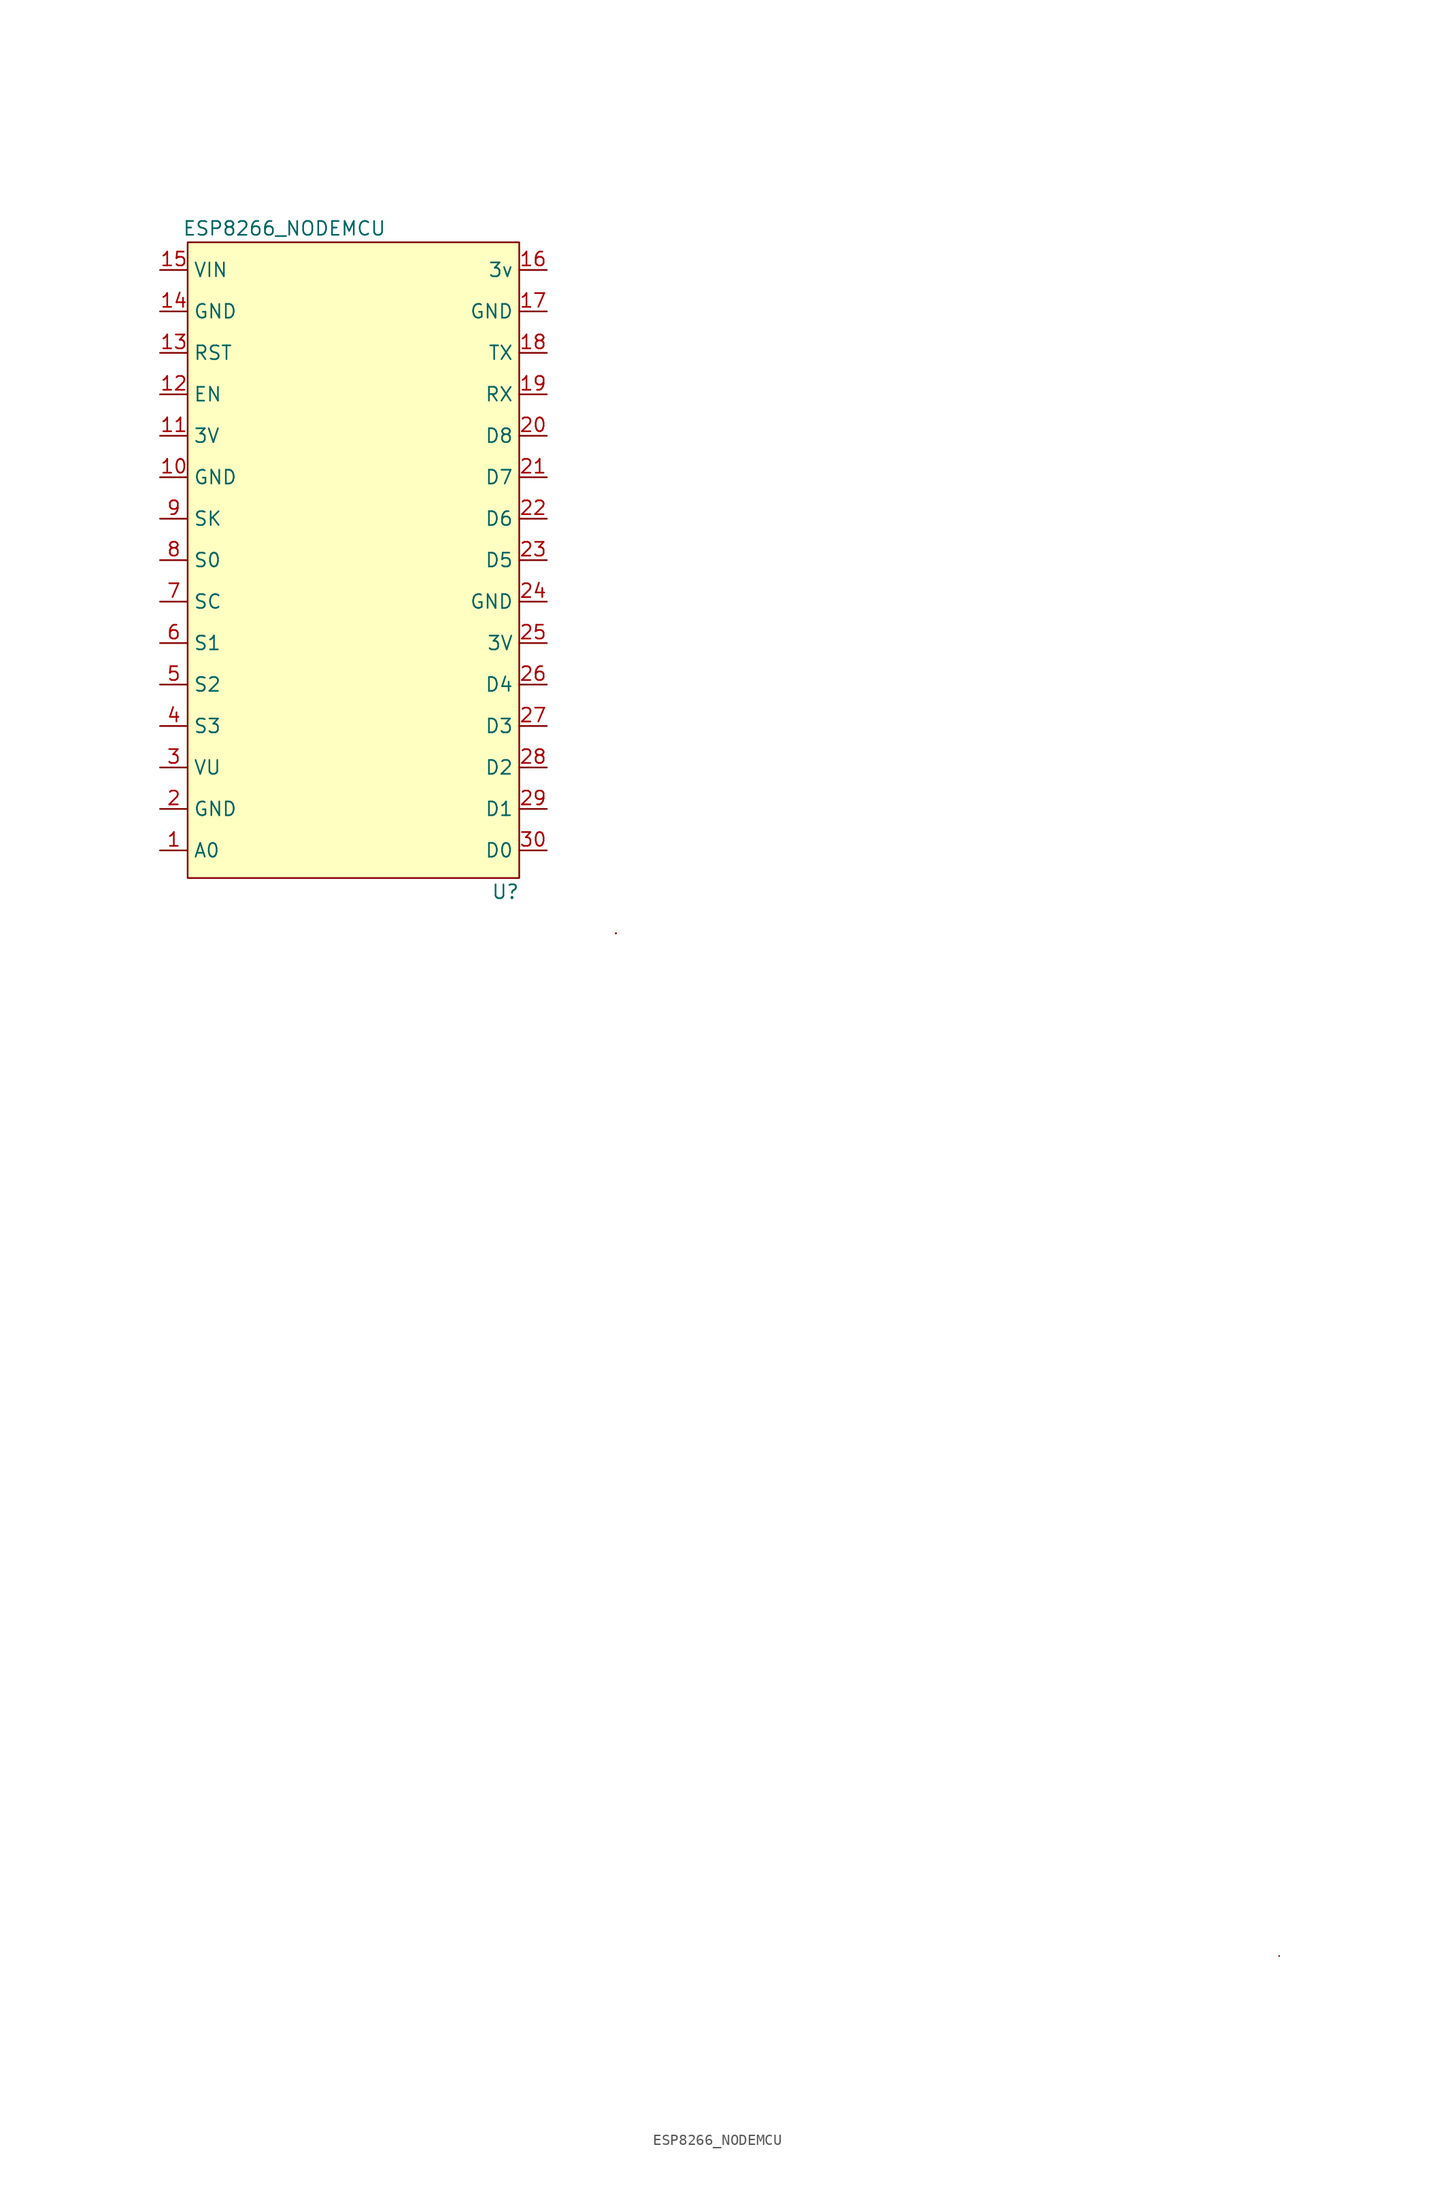
<source format=kicad_sym>
(kicad_symbol_lib
  (version 20211014)
  (generator kicad_symbol_editor)
  (symbol "ESP8266_NODEMCU"
    (property "Reference" "U"
      (at 15.24 -31.75 0)
      (effects (font (size 1.27 1.27))))
    (property "Value" "ESP8266_NODEMCU"
      (at -5.08 29.21 0)
      (effects (font (size 1.27 1.27))))
    (symbol "ESP8266_NODEMCU_0_1"
      (rectangle (start -13.97 27.94) (end 16.51 -30.48) (stroke (width 0) (type default) (color 0 0 0 0)) (fill (type background)))
      (rectangle (start 25.4 -35.56) (end 25.4 -35.56) (stroke (width 0) (type default) (color 0 0 0 0)) (fill (type none)))
      (rectangle (start 25.4 -35.56) (end 25.4 -35.56) (stroke (width 0) (type default) (color 0 0 0 0)) (fill (type none)))
      (rectangle (start 25.4 -35.56) (end 25.4 -35.56) (stroke (width 0) (type default) (color 0 0 0 0)) (fill (type none)))
      (rectangle (start 86.36 -129.54) (end 86.36 -129.54) (stroke (width 0) (type default) (color 0 0 0 0)) (fill (type none))))
    (symbol "ESP8266_NODEMCU_1_1"
      (pin input line (at -16.51 -27.94 0) (length 2.54) (name "A0" (effects (font (size 1.27 1.27)))) (number "1" (effects (font (size 1.27 1.27)))))
      (pin input line (at -16.51 6.35 0) (length 2.54) (name "GND" (effects (font (size 1.27 1.27)))) (number "10" (effects (font (size 1.27 1.27)))))
      (pin input line (at -16.51 10.16 0) (length 2.54) (name "3V" (effects (font (size 1.27 1.27)))) (number "11" (effects (font (size 1.27 1.27)))))
      (pin input line (at -16.51 13.97 0) (length 2.54) (name "EN" (effects (font (size 1.27 1.27)))) (number "12" (effects (font (size 1.27 1.27)))))
      (pin input line (at -16.51 17.78 0) (length 2.54) (name "RST" (effects (font (size 1.27 1.27)))) (number "13" (effects (font (size 1.27 1.27)))))
      (pin input line (at -16.51 21.59 0) (length 2.54) (name "GND" (effects (font (size 1.27 1.27)))) (number "14" (effects (font (size 1.27 1.27)))))
      (pin input line (at -16.51 25.4 0) (length 2.54) (name "VIN" (effects (font (size 1.27 1.27)))) (number "15" (effects (font (size 1.27 1.27)))))
      (pin input line (at 19.05 25.4 180) (length 2.54) (name "3v" (effects (font (size 1.27 1.27)))) (number "16" (effects (font (size 1.27 1.27)))))
      (pin input line (at 19.05 21.59 180) (length 2.54) (name "GND" (effects (font (size 1.27 1.27)))) (number "17" (effects (font (size 1.27 1.27)))))
      (pin input line (at 19.05 17.78 180) (length 2.54) (name "TX" (effects (font (size 1.27 1.27)))) (number "18" (effects (font (size 1.27 1.27)))))
      (pin input line (at 19.05 13.97 180) (length 2.54) (name "RX" (effects (font (size 1.27 1.27)))) (number "19" (effects (font (size 1.27 1.27)))))
      (pin input line (at -16.51 -24.13 0) (length 2.54) (name "GND" (effects (font (size 1.27 1.27)))) (number "2" (effects (font (size 1.27 1.27)))))
      (pin input line (at 19.05 10.16 180) (length 2.54) (name "D8" (effects (font (size 1.27 1.27)))) (number "20" (effects (font (size 1.27 1.27)))))
      (pin input line (at 19.05 6.35 180) (length 2.54) (name "D7" (effects (font (size 1.27 1.27)))) (number "21" (effects (font (size 1.27 1.27)))))
      (pin input line (at 19.05 2.54 180) (length 2.54) (name "D6" (effects (font (size 1.27 1.27)))) (number "22" (effects (font (size 1.27 1.27)))))
      (pin input line (at 19.05 -1.27 180) (length 2.54) (name "D5" (effects (font (size 1.27 1.27)))) (number "23" (effects (font (size 1.27 1.27)))))
      (pin input line (at 19.05 -5.08 180) (length 2.54) (name "GND" (effects (font (size 1.27 1.27)))) (number "24" (effects (font (size 1.27 1.27)))))
      (pin input line (at 19.05 -8.89 180) (length 2.54) (name "3V" (effects (font (size 1.27 1.27)))) (number "25" (effects (font (size 1.27 1.27)))))
      (pin input line (at 19.05 -12.7 180) (length 2.54) (name "D4" (effects (font (size 1.27 1.27)))) (number "26" (effects (font (size 1.27 1.27)))))
      (pin input line (at 19.05 -16.51 180) (length 2.54) (name "D3" (effects (font (size 1.27 1.27)))) (number "27" (effects (font (size 1.27 1.27)))))
      (pin input line (at 19.05 -20.32 180) (length 2.54) (name "D2" (effects (font (size 1.27 1.27)))) (number "28" (effects (font (size 1.27 1.27)))))
      (pin input line (at 19.05 -24.13 180) (length 2.54) (name "D1" (effects (font (size 1.27 1.27)))) (number "29" (effects (font (size 1.27 1.27)))))
      (pin input line (at -16.51 -20.32 0) (length 2.54) (name "VU" (effects (font (size 1.27 1.27)))) (number "3" (effects (font (size 1.27 1.27)))))
      (pin input line (at 19.05 -27.94 180) (length 2.54) (name "D0" (effects (font (size 1.27 1.27)))) (number "30" (effects (font (size 1.27 1.27)))))
      (pin input line (at -16.51 -16.51 0) (length 2.54) (name "S3" (effects (font (size 1.27 1.27)))) (number "4" (effects (font (size 1.27 1.27)))))
      (pin input line (at -16.51 -12.7 0) (length 2.54) (name "S2" (effects (font (size 1.27 1.27)))) (number "5" (effects (font (size 1.27 1.27)))))
      (pin input line (at -16.51 -8.89 0) (length 2.54) (name "S1" (effects (font (size 1.27 1.27)))) (number "6" (effects (font (size 1.27 1.27)))))
      (pin input line (at -16.51 -5.08 0) (length 2.54) (name "SC" (effects (font (size 1.27 1.27)))) (number "7" (effects (font (size 1.27 1.27)))))
      (pin input line (at -16.51 -1.27 0) (length 2.54) (name "S0" (effects (font (size 1.27 1.27)))) (number "8" (effects (font (size 1.27 1.27)))))
      (pin input line (at -16.51 2.54 0) (length 2.54) (name "SK" (effects (font (size 1.27 1.27)))) (number "9" (effects (font (size 1.27 1.27))))))))
</source>
